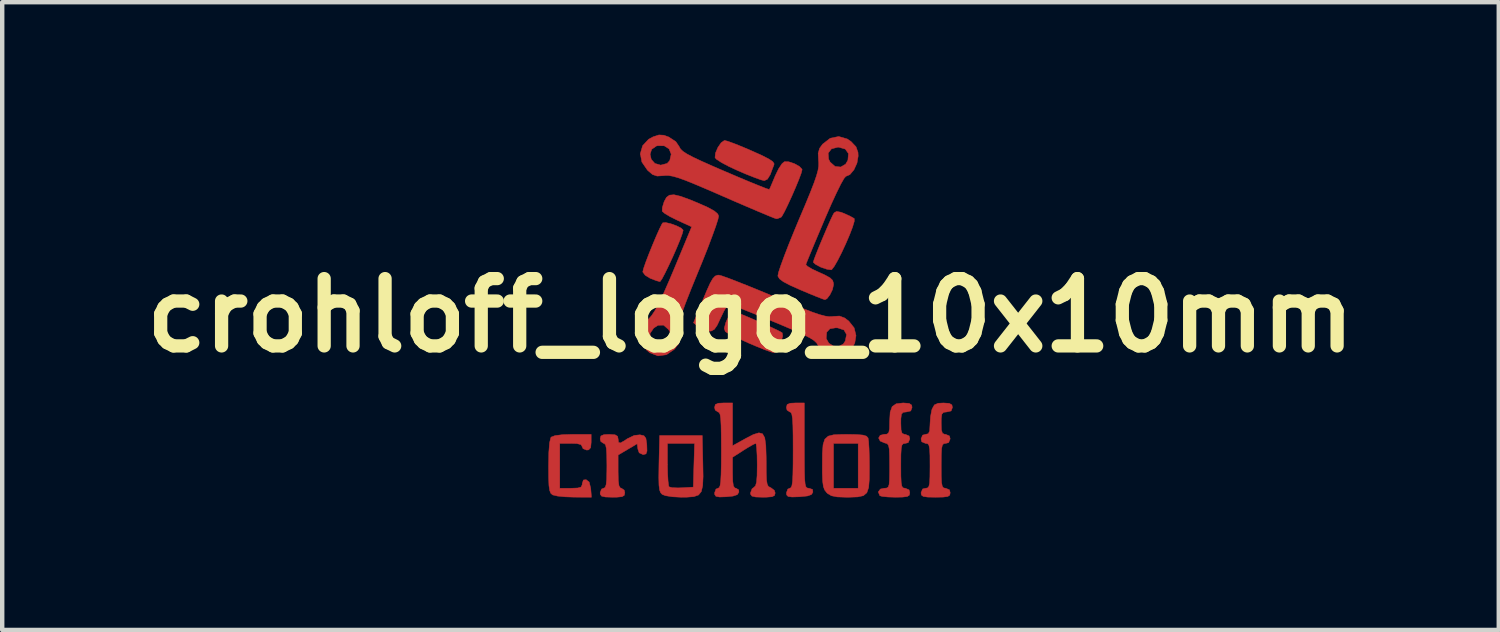
<source format=kicad_pcb>
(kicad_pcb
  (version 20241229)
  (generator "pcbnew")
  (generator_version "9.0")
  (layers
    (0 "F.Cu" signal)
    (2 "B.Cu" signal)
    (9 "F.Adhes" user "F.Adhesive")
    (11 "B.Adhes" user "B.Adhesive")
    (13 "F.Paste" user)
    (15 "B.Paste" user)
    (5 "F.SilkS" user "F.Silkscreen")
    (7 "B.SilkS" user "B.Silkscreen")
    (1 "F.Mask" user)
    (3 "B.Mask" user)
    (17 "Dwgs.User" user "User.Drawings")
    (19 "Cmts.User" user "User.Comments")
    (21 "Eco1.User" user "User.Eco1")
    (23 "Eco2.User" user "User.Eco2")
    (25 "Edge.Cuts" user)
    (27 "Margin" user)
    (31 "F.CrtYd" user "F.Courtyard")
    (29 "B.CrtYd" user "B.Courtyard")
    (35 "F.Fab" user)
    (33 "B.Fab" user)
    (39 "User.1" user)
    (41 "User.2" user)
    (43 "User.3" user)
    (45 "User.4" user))
  (footprint "crohloff_logo_10x10mm"
    (layer "F.Cu")
    (at 13.941 4.092)
    (property "Reference" "crohloff_logo_10x10mm" (at 0 0 0) (layer "F.SilkS") (effects (font (size 1.524 1.524) (thickness 0.3))))
    (attr through_hole)
    (fp_poly (pts (xy -0.51 -3.943) (xy -0.365 -3.89) (xy -0.171 -3.812) (xy 0.027 -3.727) (xy 0.265 -3.62) (xy 0.42 -3.54) (xy 0.506 -3.481) (xy 0.535 -3.434) (xy 0.531 -3.41) (xy 0.489 -3.301) (xy 0.447 -3.188) (xy 0.384 -3.086) (xy 0.313 -3.052) (xy 0.233 -3.072) (xy 0.085 -3.126) (xy -0.111 -3.204) (xy -0.279 -3.276) (xy -0.489 -3.373) (xy -0.659 -3.464) (xy -0.77 -3.536) (xy -0.803 -3.574) (xy -0.792 -3.679) (xy -0.738 -3.804) (xy -0.664 -3.911) (xy -0.591 -3.962) (xy -0.584 -3.962) (xy -0.51 -3.943)) (stroke (width 0.01) (type solid)) (fill yes) (layer "F.Cu"))
    (fp_poly (pts (xy -0.345 -0.082) (xy -0.211 -0.029) (xy -0.032 0.046) (xy 0.169 0.133) (xy 0.369 0.221) (xy 0.542 0.302) (xy 0.668 0.363) (xy 0.719 0.394) (xy 0.729 0.465) (xy 0.698 0.583) (xy 0.643 0.711) (xy 0.578 0.809) (xy 0.533 0.842) (xy 0.468 0.827) (xy 0.332 0.779) (xy 0.147 0.705) (xy -0.017 0.636) (xy -0.227 0.541) (xy -0.405 0.457) (xy -0.528 0.392) (xy -0.571 0.364) (xy -0.594 0.292) (xy -0.561 0.166) (xy -0.534 0.103) (xy -0.472 -0.02) (xy -0.423 -0.093) (xy -0.411 -0.102) (xy -0.345 -0.082)) (stroke (width 0.01) (type solid)) (fill yes) (layer "F.Cu"))
    (fp_poly (pts (xy -1.805 -2.077) (xy -1.675 -2.03) (xy -1.569 -1.977) (xy -1.524 -1.931) (xy -1.524 -1.931) (xy -1.544 -1.852) (xy -1.596 -1.71) (xy -1.671 -1.529) (xy -1.759 -1.328) (xy -1.851 -1.13) (xy -1.936 -0.956) (xy -2.004 -0.828) (xy -2.046 -0.768) (xy -2.051 -0.766) (xy -2.133 -0.788) (xy -2.258 -0.836) (xy -2.273 -0.842) (xy -2.383 -0.91) (xy -2.437 -0.982) (xy -2.438 -0.991) (xy -2.419 -1.068) (xy -2.369 -1.213) (xy -2.297 -1.4) (xy -2.214 -1.605) (xy -2.131 -1.802) (xy -2.057 -1.966) (xy -2.003 -2.074) (xy -1.986 -2.098) (xy -1.921 -2.104) (xy -1.805 -2.077)) (stroke (width 0.01) (type solid)) (fill yes) (layer "F.Cu"))
    (fp_poly (pts (xy 2.045 -2.338) (xy 2.126 -2.307) (xy 2.255 -2.248) (xy 2.341 -2.199) (xy 2.351 -2.191) (xy 2.349 -2.129) (xy 2.31 -1.999) (xy 2.243 -1.824) (xy 2.158 -1.626) (xy 2.065 -1.426) (xy 1.974 -1.247) (xy 1.895 -1.11) (xy 1.839 -1.038) (xy 1.827 -1.033) (xy 1.732 -1.046) (xy 1.601 -1.09) (xy 1.587 -1.096) (xy 1.478 -1.154) (xy 1.424 -1.201) (xy 1.422 -1.207) (xy 1.441 -1.271) (xy 1.492 -1.405) (xy 1.564 -1.584) (xy 1.648 -1.784) (xy 1.733 -1.983) (xy 1.809 -2.155) (xy 1.867 -2.277) (xy 1.893 -2.323) (xy 1.948 -2.355) (xy 2.045 -2.338)) (stroke (width 0.01) (type solid)) (fill yes) (layer "F.Cu"))
    (fp_poly (pts (xy -1.078 3.352) (xy -1.073 3.645) (xy -1.082 3.851) (xy -1.113 3.986) (xy -1.177 4.065) (xy -1.284 4.102) (xy -1.443 4.114) (xy -1.575 4.115) (xy -1.769 4.105) (xy -1.924 4.08) (xy -1.999 4.051) (xy -2.035 4.012) (xy -2.059 3.948) (xy -2.072 3.84) (xy -2.076 3.67) (xy -2.073 3.421) (xy -2.072 3.352) (xy -2.061 2.896) (xy -1.88 2.896) (xy -1.88 3.37) (xy -1.876 3.58) (xy -1.866 3.751) (xy -1.852 3.858) (xy -1.843 3.88) (xy -1.776 3.898) (xy -1.643 3.904) (xy -1.551 3.901) (xy -1.295 3.886) (xy -1.281 3.391) (xy -1.266 2.896) (xy -1.88 2.896) (xy -2.061 2.896) (xy -2.057 2.718) (xy -1.092 2.718) (xy -1.078 3.352)) (stroke (width 0.01) (type solid)) (fill yes) (layer "F.Cu"))
    (fp_poly (pts (xy 1.219 2.946) (xy 1.22 3.281) (xy 1.222 3.528) (xy 1.227 3.701) (xy 1.237 3.812) (xy 1.253 3.875) (xy 1.277 3.903) (xy 1.31 3.911) (xy 1.325 3.912) (xy 1.405 3.939) (xy 1.413 4) (xy 1.38 4.054) (xy 1.294 4.086) (xy 1.131 4.103) (xy 1.104 4.105) (xy 0.94 4.11) (xy 0.852 4.098) (xy 0.818 4.063) (xy 0.813 4.016) (xy 0.844 3.931) (xy 0.889 3.912) (xy 0.917 3.898) (xy 0.938 3.85) (xy 0.952 3.753) (xy 0.96 3.594) (xy 0.964 3.36) (xy 0.965 3.048) (xy 0.964 2.728) (xy 0.96 2.496) (xy 0.951 2.339) (xy 0.937 2.244) (xy 0.917 2.197) (xy 0.889 2.184) (xy 0.827 2.142) (xy 0.813 2.083) (xy 0.83 2.016) (xy 0.899 1.987) (xy 1.016 1.981) (xy 1.219 1.981) (xy 1.219 2.946)) (stroke (width 0.01) (type solid)) (fill yes) (layer "F.Cu"))
    (fp_poly (pts (xy 2.406 2.696) (xy 2.548 2.708) (xy 2.627 2.733) (xy 2.661 2.773) (xy 2.662 2.773) (xy 2.674 2.854) (xy 2.684 3.013) (xy 2.69 3.225) (xy 2.692 3.431) (xy 2.69 3.706) (xy 2.675 3.895) (xy 2.634 4.014) (xy 2.556 4.08) (xy 2.428 4.108) (xy 2.237 4.115) (xy 2.162 4.115) (xy 1.962 4.108) (xy 1.833 4.082) (xy 1.746 4.031) (xy 1.727 4.013) (xy 1.68 3.953) (xy 1.65 3.873) (xy 1.633 3.75) (xy 1.626 3.562) (xy 1.626 3.4) (xy 1.628 3.12) (xy 1.643 2.926) (xy 1.652 2.896) (xy 1.88 2.896) (xy 1.88 3.912) (xy 2.438 3.912) (xy 2.438 2.896) (xy 1.88 2.896) (xy 1.652 2.896) (xy 1.683 2.801) (xy 1.76 2.732) (xy 1.886 2.701) (xy 2.075 2.693) (xy 2.181 2.692) (xy 2.406 2.696)) (stroke (width 0.01) (type solid)) (fill yes) (layer "F.Cu"))
    (fp_poly (pts (xy -3.607 2.87) (xy -3.618 2.993) (xy -3.663 3.042) (xy -3.708 3.048) (xy -3.791 3.016) (xy -3.81 2.972) (xy -3.837 2.924) (xy -3.931 2.9) (xy -4.064 2.896) (xy -4.318 2.896) (xy -4.318 3.912) (xy -4.064 3.912) (xy -3.912 3.906) (xy -3.836 3.884) (xy -3.811 3.834) (xy -3.81 3.806) (xy -3.783 3.725) (xy -3.721 3.718) (xy -3.652 3.772) (xy -3.618 3.909) (xy -3.616 3.925) (xy -3.601 4.115) (xy -3.997 4.113) (xy -4.199 4.106) (xy -4.369 4.089) (xy -4.474 4.064) (xy -4.483 4.06) (xy -4.522 4.025) (xy -4.547 3.961) (xy -4.563 3.85) (xy -4.57 3.675) (xy -4.572 3.416) (xy -4.572 3.411) (xy -4.566 3.097) (xy -4.549 2.882) (xy -4.521 2.767) (xy -4.511 2.753) (xy -4.425 2.72) (xy -4.255 2.699) (xy -4.028 2.692) (xy -3.607 2.692) (xy -3.607 2.87)) (stroke (width 0.01) (type solid)) (fill yes) (layer "F.Cu"))
    (fp_poly (pts (xy -3.067 2.701) (xy -3.009 2.735) (xy -2.997 2.794) (xy -2.988 2.872) (xy -2.947 2.887) (xy -2.856 2.837) (xy -2.789 2.791) (xy -2.633 2.716) (xy -2.502 2.702) (xy -2.412 2.723) (xy -2.368 2.781) (xy -2.349 2.906) (xy -2.347 2.934) (xy -2.343 3.07) (xy -2.366 3.134) (xy -2.426 3.15) (xy -2.432 3.15) (xy -2.52 3.11) (xy -2.549 3.027) (xy -2.565 2.904) (xy -2.997 3.16) (xy -2.997 3.536) (xy -2.993 3.735) (xy -2.978 3.852) (xy -2.949 3.904) (xy -2.921 3.912) (xy -2.859 3.954) (xy -2.845 4.013) (xy -2.857 4.072) (xy -2.909 4.103) (xy -3.026 4.114) (xy -3.124 4.115) (xy -3.286 4.11) (xy -3.37 4.091) (xy -3.401 4.049) (xy -3.404 4.013) (xy -3.372 3.93) (xy -3.327 3.912) (xy -3.292 3.895) (xy -3.269 3.833) (xy -3.256 3.71) (xy -3.252 3.509) (xy -3.251 3.404) (xy -3.254 3.167) (xy -3.263 3.015) (xy -3.281 2.931) (xy -3.312 2.898) (xy -3.327 2.896) (xy -3.389 2.853) (xy -3.404 2.794) (xy -3.387 2.728) (xy -3.318 2.698) (xy -3.2 2.692) (xy -3.067 2.701)) (stroke (width 0.01) (type solid)) (fill yes) (layer "F.Cu"))
    (fp_poly (pts (xy -1.582 -2.698) (xy -1.366 -2.619) (xy -1.194 -2.548) (xy -0.964 -2.446) (xy -0.818 -2.365) (xy -0.741 -2.298) (xy -0.721 -2.251) (xy -0.736 -2.177) (xy -0.785 -2.023) (xy -0.864 -1.804) (xy -0.966 -1.533) (xy -1.088 -1.226) (xy -1.187 -0.985) (xy -1.348 -0.591) (xy -1.47 -0.281) (xy -1.555 -0.048) (xy -1.606 0.115) (xy -1.626 0.218) (xy -1.621 0.262) (xy -1.575 0.448) (xy -1.625 0.635) (xy -1.723 0.766) (xy -1.904 0.889) (xy -2.094 0.915) (xy -2.278 0.845) (xy -2.355 0.78) (xy -2.472 0.602) (xy -2.494 0.41) (xy -2.276 0.41) (xy -2.259 0.539) (xy -2.202 0.618) (xy -2.09 0.7) (xy -1.977 0.686) (xy -1.88 0.61) (xy -1.798 0.513) (xy -1.789 0.433) (xy -1.852 0.324) (xy -1.857 0.316) (xy -1.968 0.219) (xy -2.094 0.222) (xy -2.193 0.287) (xy -2.276 0.41) (xy -2.494 0.41) (xy -2.494 0.408) (xy -2.422 0.214) (xy -2.313 0.086) (xy -2.24 0.005) (xy -2.162 -0.112) (xy -2.073 -0.278) (xy -1.965 -0.505) (xy -1.833 -0.807) (xy -1.734 -1.041) (xy -1.332 -2.007) (xy -1.654 -2.155) (xy -1.818 -2.236) (xy -1.942 -2.31) (xy -1.999 -2.36) (xy -1.999 -2.361) (xy -1.996 -2.443) (xy -1.958 -2.567) (xy -1.953 -2.581) (xy -1.902 -2.674) (xy -1.834 -2.724) (xy -1.732 -2.733) (xy -1.582 -2.698)) (stroke (width 0.01) (type solid)) (fill yes) (layer "F.Cu"))
    (fp_poly (pts (xy 3.593 1.991) (xy 3.649 2.029) (xy 3.658 2.083) (xy 3.628 2.162) (xy 3.531 2.184) (xy 3.455 2.193) (xy 3.418 2.235) (xy 3.405 2.336) (xy 3.404 2.438) (xy 3.409 2.591) (xy 3.432 2.667) (xy 3.482 2.691) (xy 3.505 2.692) (xy 3.59 2.728) (xy 3.607 2.794) (xy 3.571 2.879) (xy 3.505 2.896) (xy 3.459 2.903) (xy 3.429 2.936) (xy 3.413 3.014) (xy 3.405 3.154) (xy 3.404 3.376) (xy 3.404 3.404) (xy 3.405 3.635) (xy 3.412 3.783) (xy 3.427 3.866) (xy 3.455 3.903) (xy 3.5 3.912) (xy 3.505 3.912) (xy 3.59 3.948) (xy 3.607 4.013) (xy 3.596 4.069) (xy 3.549 4.099) (xy 3.444 4.112) (xy 3.285 4.115) (xy 3.113 4.11) (xy 2.983 4.097) (xy 2.929 4.081) (xy 2.893 3.996) (xy 2.941 3.93) (xy 3.023 3.912) (xy 3.08 3.908) (xy 3.117 3.887) (xy 3.138 3.828) (xy 3.147 3.713) (xy 3.15 3.523) (xy 3.15 3.407) (xy 3.148 3.177) (xy 3.142 3.029) (xy 3.126 2.945) (xy 3.097 2.904) (xy 3.049 2.889) (xy 3.036 2.886) (xy 2.936 2.843) (xy 2.901 2.774) (xy 2.936 2.713) (xy 3.019 2.692) (xy 3.092 2.686) (xy 3.131 2.651) (xy 3.147 2.563) (xy 3.15 2.398) (xy 3.162 2.19) (xy 3.207 2.063) (xy 3.299 1.999) (xy 3.452 1.981) (xy 3.465 1.981) (xy 3.593 1.991)) (stroke (width 0.01) (type solid)) (fill yes) (layer "F.Cu"))
    (fp_poly (pts (xy 4.501 1.99) (xy 4.56 2.024) (xy 4.572 2.083) (xy 4.542 2.162) (xy 4.445 2.184) (xy 4.37 2.193) (xy 4.332 2.235) (xy 4.319 2.336) (xy 4.318 2.438) (xy 4.323 2.591) (xy 4.346 2.667) (xy 4.396 2.691) (xy 4.42 2.692) (xy 4.505 2.728) (xy 4.521 2.794) (xy 4.485 2.879) (xy 4.42 2.896) (xy 4.373 2.903) (xy 4.344 2.936) (xy 4.327 3.014) (xy 4.32 3.154) (xy 4.318 3.376) (xy 4.318 3.404) (xy 4.319 3.635) (xy 4.326 3.783) (xy 4.342 3.866) (xy 4.37 3.903) (xy 4.414 3.912) (xy 4.42 3.912) (xy 4.505 3.948) (xy 4.521 4.013) (xy 4.511 4.068) (xy 4.465 4.099) (xy 4.361 4.112) (xy 4.191 4.115) (xy 4.012 4.112) (xy 3.913 4.098) (xy 3.87 4.066) (xy 3.861 4.013) (xy 3.897 3.928) (xy 3.962 3.912) (xy 4.009 3.905) (xy 4.038 3.871) (xy 4.055 3.794) (xy 4.062 3.653) (xy 4.064 3.431) (xy 4.064 3.404) (xy 4.063 3.172) (xy 4.056 3.024) (xy 4.04 2.941) (xy 4.012 2.904) (xy 3.968 2.896) (xy 3.962 2.896) (xy 3.877 2.86) (xy 3.861 2.794) (xy 3.897 2.709) (xy 3.962 2.692) (xy 4.026 2.677) (xy 4.056 2.614) (xy 4.064 2.478) (xy 4.064 2.467) (xy 4.075 2.294) (xy 4.104 2.142) (xy 4.114 2.112) (xy 4.163 2.025) (xy 4.247 1.988) (xy 4.368 1.981) (xy 4.501 1.99)) (stroke (width 0.01) (type solid)) (fill yes) (layer "F.Cu"))
    (fp_poly (pts (xy -0.645 -0.895) (xy -0.496 -0.842) (xy -0.282 -0.759) (xy -0.015 -0.653) (xy 0.289 -0.529) (xy 0.523 -0.431) (xy 0.891 -0.278) (xy 1.179 -0.161) (xy 1.399 -0.076) (xy 1.563 -0.02) (xy 1.686 0.013) (xy 1.778 0.026) (xy 1.853 0.024) (xy 1.869 0.021) (xy 2.015 0.013) (xy 2.131 0.056) (xy 2.225 0.127) (xy 2.347 0.281) (xy 2.389 0.454) (xy 2.361 0.625) (xy 2.277 0.776) (xy 2.149 0.89) (xy 1.989 0.947) (xy 1.808 0.929) (xy 1.722 0.891) (xy 1.602 0.788) (xy 1.529 0.675) (xy 1.497 0.622) (xy 1.44 0.568) (xy 1.369 0.522) (xy 1.714 0.522) (xy 1.774 0.628) (xy 1.876 0.692) (xy 1.994 0.703) (xy 2.1 0.647) (xy 2.145 0.58) (xy 2.175 0.432) (xy 2.117 0.329) (xy 1.978 0.282) (xy 1.931 0.279) (xy 1.798 0.301) (xy 1.729 0.375) (xy 1.724 0.388) (xy 1.714 0.522) (xy 1.369 0.522) (xy 1.346 0.508) (xy 1.202 0.434) (xy 0.996 0.341) (xy 0.714 0.221) (xy 0.518 0.139) (xy 0.227 0.02) (xy -0.033 -0.085) (xy -0.248 -0.17) (xy -0.403 -0.228) (xy -0.482 -0.254) (xy -0.487 -0.254) (xy -0.534 -0.211) (xy -0.602 -0.098) (xy -0.674 0.051) (xy -0.753 0.22) (xy -0.818 0.314) (xy -0.885 0.351) (xy -0.93 0.356) (xy -1.063 0.324) (xy -1.173 0.261) (xy -1.29 0.166) (xy -1.095 -0.311) (xy -0.99 -0.561) (xy -0.913 -0.731) (xy -0.853 -0.836) (xy -0.8 -0.892) (xy -0.746 -0.912) (xy -0.714 -0.914) (xy -0.645 -0.895)) (stroke (width 0.01) (type solid)) (fill yes) (layer "F.Cu"))
    (fp_poly (pts (xy -0.406 2.95) (xy -0.108 2.785) (xy 0.066 2.695) (xy 0.191 2.657) (xy 0.273 2.679) (xy 0.323 2.77) (xy 0.347 2.941) (xy 0.355 3.2) (xy 0.356 3.313) (xy 0.357 3.558) (xy 0.363 3.721) (xy 0.378 3.818) (xy 0.403 3.869) (xy 0.444 3.893) (xy 0.457 3.897) (xy 0.54 3.959) (xy 0.559 4.019) (xy 0.545 4.075) (xy 0.487 4.104) (xy 0.362 4.114) (xy 0.279 4.115) (xy 0.117 4.11) (xy 0.033 4.09) (xy 0.002 4.048) (xy 0 4.019) (xy 0.035 3.924) (xy 0.076 3.893) (xy 0.113 3.858) (xy 0.137 3.774) (xy 0.149 3.625) (xy 0.152 3.393) (xy 0.152 3.38) (xy 0.149 3.172) (xy 0.14 3.009) (xy 0.128 2.912) (xy 0.119 2.896) (xy 0.061 2.921) (xy -0.054 2.987) (xy -0.161 3.053) (xy -0.406 3.211) (xy -0.406 3.561) (xy -0.402 3.751) (xy -0.387 3.859) (xy -0.355 3.905) (xy -0.326 3.912) (xy -0.266 3.949) (xy -0.263 4) (xy -0.299 4.057) (xy -0.394 4.089) (xy -0.547 4.105) (xy -0.702 4.11) (xy -0.782 4.095) (xy -0.81 4.054) (xy -0.813 4.016) (xy -0.782 3.931) (xy -0.737 3.912) (xy -0.708 3.898) (xy -0.688 3.85) (xy -0.674 3.753) (xy -0.666 3.594) (xy -0.661 3.36) (xy -0.66 3.048) (xy -0.662 2.728) (xy -0.666 2.496) (xy -0.674 2.339) (xy -0.688 2.244) (xy -0.709 2.197) (xy -0.737 2.184) (xy -0.799 2.142) (xy -0.813 2.083) (xy -0.796 2.016) (xy -0.727 1.987) (xy -0.61 1.981) (xy -0.406 1.981) (xy -0.406 2.95)) (stroke (width 0.01) (type solid)) (fill yes) (layer "F.Cu"))
    (fp_poly (pts (xy 2.191 -3.996) (xy 2.276 -3.938) (xy 2.389 -3.819) (xy 2.434 -3.693) (xy 2.438 -3.609) (xy 2.411 -3.449) (xy 2.342 -3.298) (xy 2.249 -3.188) (xy 2.16 -3.15) (xy 2.119 -3.104) (xy 2.045 -2.975) (xy 1.945 -2.772) (xy 1.823 -2.508) (xy 1.685 -2.191) (xy 1.677 -2.172) (xy 1.553 -1.878) (xy 1.442 -1.615) (xy 1.352 -1.398) (xy 1.288 -1.242) (xy 1.256 -1.161) (xy 1.253 -1.153) (xy 1.291 -1.112) (xy 1.397 -1.049) (xy 1.499 -1.001) (xy 1.688 -0.915) (xy 1.801 -0.852) (xy 1.858 -0.797) (xy 1.878 -0.735) (xy 1.88 -0.694) (xy 1.856 -0.585) (xy 1.798 -0.467) (xy 1.73 -0.379) (xy 1.686 -0.357) (xy 1.628 -0.376) (xy 1.497 -0.427) (xy 1.314 -0.502) (xy 1.143 -0.574) (xy 0.904 -0.68) (xy 0.747 -0.762) (xy 0.657 -0.829) (xy 0.621 -0.889) (xy 0.62 -0.897) (xy 0.634 -0.973) (xy 0.685 -1.127) (xy 0.765 -1.346) (xy 0.869 -1.615) (xy 0.993 -1.92) (xy 1.085 -2.141) (xy 1.238 -2.502) (xy 1.354 -2.784) (xy 1.438 -3) (xy 1.494 -3.162) (xy 1.528 -3.285) (xy 1.543 -3.381) (xy 1.544 -3.464) (xy 1.54 -3.509) (xy 1.532 -3.671) (xy 1.533 -3.675) (xy 1.759 -3.675) (xy 1.769 -3.54) (xy 1.803 -3.473) (xy 1.914 -3.375) (xy 2.042 -3.361) (xy 2.154 -3.426) (xy 2.205 -3.515) (xy 2.218 -3.665) (xy 2.146 -3.767) (xy 1.997 -3.81) (xy 1.977 -3.81) (xy 1.833 -3.772) (xy 1.759 -3.675) (xy 1.533 -3.675) (xy 1.564 -3.784) (xy 1.633 -3.879) (xy 1.805 -4.012) (xy 1.998 -4.052) (xy 2.191 -3.996)) (stroke (width 0.01) (type solid)) (fill yes) (layer "F.Cu"))
    (fp_poly (pts (xy -1.962 -4.081) (xy -1.85 -4.04) (xy -1.691 -3.936) (xy -1.615 -3.824) (xy -1.586 -3.771) (xy -1.533 -3.719) (xy -1.443 -3.659) (xy -1.304 -3.585) (xy -1.104 -3.491) (xy -0.832 -3.37) (xy -0.574 -3.259) (xy -0.281 -3.134) (xy -0.021 -3.025) (xy 0.191 -2.939) (xy 0.343 -2.879) (xy 0.42 -2.853) (xy 0.427 -2.852) (xy 0.452 -2.905) (xy 0.503 -3.025) (xy 0.56 -3.162) (xy 0.637 -3.321) (xy 0.715 -3.438) (xy 0.769 -3.482) (xy 0.867 -3.479) (xy 0.992 -3.438) (xy 1.105 -3.376) (xy 1.166 -3.312) (xy 1.168 -3.298) (xy 1.148 -3.221) (xy 1.095 -3.078) (xy 1.02 -2.896) (xy 0.934 -2.698) (xy 0.846 -2.507) (xy 0.769 -2.349) (xy 0.712 -2.247) (xy 0.692 -2.223) (xy 0.604 -2.19) (xy 0.584 -2.19) (xy 0.525 -2.21) (xy 0.387 -2.266) (xy 0.182 -2.352) (xy -0.076 -2.462) (xy -0.374 -2.59) (xy -0.61 -2.693) (xy -0.973 -2.851) (xy -1.256 -2.971) (xy -1.473 -3.059) (xy -1.636 -3.117) (xy -1.758 -3.152) (xy -1.852 -3.168) (xy -1.931 -3.168) (xy -1.966 -3.165) (xy -2.114 -3.156) (xy -2.218 -3.191) (xy -2.331 -3.288) (xy -2.334 -3.292) (xy -2.459 -3.474) (xy -2.492 -3.652) (xy -2.273 -3.652) (xy -2.247 -3.535) (xy -2.165 -3.442) (xy -2.035 -3.404) (xy -2.032 -3.404) (xy -1.887 -3.442) (xy -1.828 -3.507) (xy -1.795 -3.652) (xy -1.843 -3.771) (xy -1.953 -3.841) (xy -2.106 -3.843) (xy -2.131 -3.836) (xy -2.237 -3.762) (xy -2.273 -3.652) (xy -2.492 -3.652) (xy -2.494 -3.665) (xy -2.442 -3.844) (xy -2.307 -3.989) (xy -2.206 -4.044) (xy -2.073 -4.087) (xy -1.962 -4.081)) (stroke (width 0.01) (type solid)) (fill yes) (layer "F.Cu"))
    (fp_poly (pts (xy -0.51 -3.943) (xy -0.365 -3.89) (xy -0.171 -3.812) (xy 0.027 -3.727) (xy 0.265 -3.62) (xy 0.42 -3.54) (xy 0.506 -3.481) (xy 0.535 -3.434) (xy 0.531 -3.41) (xy 0.489 -3.301) (xy 0.447 -3.188) (xy 0.384 -3.086) (xy 0.313 -3.052) (xy 0.233 -3.072) (xy 0.085 -3.126) (xy -0.111 -3.204) (xy -0.279 -3.276) (xy -0.489 -3.373) (xy -0.659 -3.464) (xy -0.77 -3.536) (xy -0.803 -3.574) (xy -0.792 -3.679) (xy -0.738 -3.804) (xy -0.664 -3.911) (xy -0.591 -3.962) (xy -0.584 -3.962) (xy -0.51 -3.943)) (stroke (width 0.01) (type solid)) (fill yes) (layer "F.Mask"))
    (fp_poly (pts (xy -0.345 -0.082) (xy -0.211 -0.029) (xy -0.032 0.046) (xy 0.169 0.133) (xy 0.369 0.221) (xy 0.542 0.302) (xy 0.668 0.363) (xy 0.719 0.394) (xy 0.729 0.465) (xy 0.698 0.583) (xy 0.643 0.711) (xy 0.578 0.809) (xy 0.533 0.842) (xy 0.468 0.827) (xy 0.332 0.779) (xy 0.147 0.705) (xy -0.017 0.636) (xy -0.227 0.541) (xy -0.405 0.457) (xy -0.528 0.392) (xy -0.571 0.364) (xy -0.594 0.292) (xy -0.561 0.166) (xy -0.534 0.103) (xy -0.472 -0.02) (xy -0.423 -0.093) (xy -0.411 -0.102) (xy -0.345 -0.082)) (stroke (width 0.01) (type solid)) (fill yes) (layer "F.Mask"))
    (fp_poly (pts (xy -1.805 -2.077) (xy -1.675 -2.03) (xy -1.569 -1.977) (xy -1.524 -1.931) (xy -1.524 -1.931) (xy -1.544 -1.852) (xy -1.596 -1.71) (xy -1.671 -1.529) (xy -1.759 -1.328) (xy -1.851 -1.13) (xy -1.936 -0.956) (xy -2.004 -0.828) (xy -2.046 -0.768) (xy -2.051 -0.766) (xy -2.133 -0.788) (xy -2.258 -0.836) (xy -2.273 -0.842) (xy -2.383 -0.91) (xy -2.437 -0.982) (xy -2.438 -0.991) (xy -2.419 -1.068) (xy -2.369 -1.213) (xy -2.297 -1.4) (xy -2.214 -1.605) (xy -2.131 -1.802) (xy -2.057 -1.966) (xy -2.003 -2.074) (xy -1.986 -2.098) (xy -1.921 -2.104) (xy -1.805 -2.077)) (stroke (width 0.01) (type solid)) (fill yes) (layer "F.Mask"))
    (fp_poly (pts (xy 2.045 -2.338) (xy 2.126 -2.307) (xy 2.255 -2.248) (xy 2.341 -2.199) (xy 2.351 -2.191) (xy 2.349 -2.129) (xy 2.31 -1.999) (xy 2.243 -1.824) (xy 2.158 -1.626) (xy 2.065 -1.426) (xy 1.974 -1.247) (xy 1.895 -1.11) (xy 1.839 -1.038) (xy 1.827 -1.033) (xy 1.732 -1.046) (xy 1.601 -1.09) (xy 1.587 -1.096) (xy 1.478 -1.154) (xy 1.424 -1.201) (xy 1.422 -1.207) (xy 1.441 -1.271) (xy 1.492 -1.405) (xy 1.564 -1.584) (xy 1.648 -1.784) (xy 1.733 -1.983) (xy 1.809 -2.155) (xy 1.867 -2.277) (xy 1.893 -2.323) (xy 1.948 -2.355) (xy 2.045 -2.338)) (stroke (width 0.01) (type solid)) (fill yes) (layer "F.Mask"))
    (fp_poly (pts (xy -1.078 3.352) (xy -1.073 3.645) (xy -1.082 3.851) (xy -1.113 3.986) (xy -1.177 4.065) (xy -1.284 4.102) (xy -1.443 4.114) (xy -1.575 4.115) (xy -1.769 4.105) (xy -1.924 4.08) (xy -1.999 4.051) (xy -2.035 4.012) (xy -2.059 3.948) (xy -2.072 3.84) (xy -2.076 3.67) (xy -2.073 3.421) (xy -2.072 3.352) (xy -2.061 2.896) (xy -1.88 2.896) (xy -1.88 3.37) (xy -1.876 3.58) (xy -1.866 3.751) (xy -1.852 3.858) (xy -1.843 3.88) (xy -1.776 3.898) (xy -1.643 3.904) (xy -1.551 3.901) (xy -1.295 3.886) (xy -1.281 3.391) (xy -1.266 2.896) (xy -1.88 2.896) (xy -2.061 2.896) (xy -2.057 2.718) (xy -1.092 2.718) (xy -1.078 3.352)) (stroke (width 0.01) (type solid)) (fill yes) (layer "F.Mask"))
    (fp_poly (pts (xy 1.219 2.946) (xy 1.22 3.281) (xy 1.222 3.528) (xy 1.227 3.701) (xy 1.237 3.812) (xy 1.253 3.875) (xy 1.277 3.903) (xy 1.31 3.911) (xy 1.325 3.912) (xy 1.405 3.939) (xy 1.413 4) (xy 1.38 4.054) (xy 1.294 4.086) (xy 1.131 4.103) (xy 1.104 4.105) (xy 0.94 4.11) (xy 0.852 4.098) (xy 0.818 4.063) (xy 0.813 4.016) (xy 0.844 3.931) (xy 0.889 3.912) (xy 0.917 3.898) (xy 0.938 3.85) (xy 0.952 3.753) (xy 0.96 3.594) (xy 0.964 3.36) (xy 0.965 3.048) (xy 0.964 2.728) (xy 0.96 2.496) (xy 0.951 2.339) (xy 0.937 2.244) (xy 0.917 2.197) (xy 0.889 2.184) (xy 0.827 2.142) (xy 0.813 2.083) (xy 0.83 2.016) (xy 0.899 1.987) (xy 1.016 1.981) (xy 1.219 1.981) (xy 1.219 2.946)) (stroke (width 0.01) (type solid)) (fill yes) (layer "F.Mask"))
    (fp_poly (pts (xy 2.406 2.696) (xy 2.548 2.708) (xy 2.627 2.733) (xy 2.661 2.773) (xy 2.662 2.773) (xy 2.674 2.854) (xy 2.684 3.013) (xy 2.69 3.225) (xy 2.692 3.431) (xy 2.69 3.706) (xy 2.675 3.895) (xy 2.634 4.014) (xy 2.556 4.08) (xy 2.428 4.108) (xy 2.237 4.115) (xy 2.162 4.115) (xy 1.962 4.108) (xy 1.833 4.082) (xy 1.746 4.031) (xy 1.727 4.013) (xy 1.68 3.953) (xy 1.65 3.873) (xy 1.633 3.75) (xy 1.626 3.562) (xy 1.626 3.4) (xy 1.628 3.12) (xy 1.643 2.926) (xy 1.652 2.896) (xy 1.88 2.896) (xy 1.88 3.912) (xy 2.438 3.912) (xy 2.438 2.896) (xy 1.88 2.896) (xy 1.652 2.896) (xy 1.683 2.801) (xy 1.76 2.732) (xy 1.886 2.701) (xy 2.075 2.693) (xy 2.181 2.692) (xy 2.406 2.696)) (stroke (width 0.01) (type solid)) (fill yes) (layer "F.Mask"))
    (fp_poly (pts (xy -3.607 2.87) (xy -3.618 2.993) (xy -3.663 3.042) (xy -3.708 3.048) (xy -3.791 3.016) (xy -3.81 2.972) (xy -3.837 2.924) (xy -3.931 2.9) (xy -4.064 2.896) (xy -4.318 2.896) (xy -4.318 3.912) (xy -4.064 3.912) (xy -3.912 3.906) (xy -3.836 3.884) (xy -3.811 3.834) (xy -3.81 3.806) (xy -3.783 3.725) (xy -3.721 3.718) (xy -3.652 3.772) (xy -3.618 3.909) (xy -3.616 3.925) (xy -3.601 4.115) (xy -3.997 4.113) (xy -4.199 4.106) (xy -4.369 4.089) (xy -4.474 4.064) (xy -4.483 4.06) (xy -4.522 4.025) (xy -4.547 3.961) (xy -4.563 3.85) (xy -4.57 3.675) (xy -4.572 3.416) (xy -4.572 3.411) (xy -4.566 3.097) (xy -4.549 2.882) (xy -4.521 2.767) (xy -4.511 2.753) (xy -4.425 2.72) (xy -4.255 2.699) (xy -4.028 2.692) (xy -3.607 2.692) (xy -3.607 2.87)) (stroke (width 0.01) (type solid)) (fill yes) (layer "F.Mask"))
    (fp_poly (pts (xy -3.067 2.701) (xy -3.009 2.735) (xy -2.997 2.794) (xy -2.988 2.872) (xy -2.947 2.887) (xy -2.856 2.837) (xy -2.789 2.791) (xy -2.633 2.716) (xy -2.502 2.702) (xy -2.412 2.723) (xy -2.368 2.781) (xy -2.349 2.906) (xy -2.347 2.934) (xy -2.343 3.07) (xy -2.366 3.134) (xy -2.426 3.15) (xy -2.432 3.15) (xy -2.52 3.11) (xy -2.549 3.027) (xy -2.565 2.904) (xy -2.997 3.16) (xy -2.997 3.536) (xy -2.993 3.735) (xy -2.978 3.852) (xy -2.949 3.904) (xy -2.921 3.912) (xy -2.859 3.954) (xy -2.845 4.013) (xy -2.857 4.072) (xy -2.909 4.103) (xy -3.026 4.114) (xy -3.124 4.115) (xy -3.286 4.11) (xy -3.37 4.091) (xy -3.401 4.049) (xy -3.404 4.013) (xy -3.372 3.93) (xy -3.327 3.912) (xy -3.292 3.895) (xy -3.269 3.833) (xy -3.256 3.71) (xy -3.252 3.509) (xy -3.251 3.404) (xy -3.254 3.167) (xy -3.263 3.015) (xy -3.281 2.931) (xy -3.312 2.898) (xy -3.327 2.896) (xy -3.389 2.853) (xy -3.404 2.794) (xy -3.387 2.728) (xy -3.318 2.698) (xy -3.2 2.692) (xy -3.067 2.701)) (stroke (width 0.01) (type solid)) (fill yes) (layer "F.Mask"))
    (fp_poly (pts (xy -1.582 -2.698) (xy -1.366 -2.619) (xy -1.194 -2.548) (xy -0.964 -2.446) (xy -0.818 -2.365) (xy -0.741 -2.298) (xy -0.721 -2.251) (xy -0.736 -2.177) (xy -0.785 -2.023) (xy -0.864 -1.804) (xy -0.966 -1.533) (xy -1.088 -1.226) (xy -1.187 -0.985) (xy -1.348 -0.591) (xy -1.47 -0.281) (xy -1.555 -0.048) (xy -1.606 0.115) (xy -1.626 0.218) (xy -1.621 0.262) (xy -1.575 0.448) (xy -1.625 0.635) (xy -1.723 0.766) (xy -1.904 0.889) (xy -2.094 0.915) (xy -2.278 0.845) (xy -2.355 0.78) (xy -2.472 0.602) (xy -2.494 0.41) (xy -2.276 0.41) (xy -2.259 0.539) (xy -2.202 0.618) (xy -2.09 0.7) (xy -1.977 0.686) (xy -1.88 0.61) (xy -1.798 0.513) (xy -1.789 0.433) (xy -1.852 0.324) (xy -1.857 0.316) (xy -1.968 0.219) (xy -2.094 0.222) (xy -2.193 0.287) (xy -2.276 0.41) (xy -2.494 0.41) (xy -2.494 0.408) (xy -2.422 0.214) (xy -2.313 0.086) (xy -2.24 0.005) (xy -2.162 -0.112) (xy -2.073 -0.278) (xy -1.965 -0.505) (xy -1.833 -0.807) (xy -1.734 -1.041) (xy -1.332 -2.007) (xy -1.654 -2.155) (xy -1.818 -2.236) (xy -1.942 -2.31) (xy -1.999 -2.36) (xy -1.999 -2.361) (xy -1.996 -2.443) (xy -1.958 -2.567) (xy -1.953 -2.581) (xy -1.902 -2.674) (xy -1.834 -2.724) (xy -1.732 -2.733) (xy -1.582 -2.698)) (stroke (width 0.01) (type solid)) (fill yes) (layer "F.Mask"))
    (fp_poly (pts (xy 3.593 1.991) (xy 3.649 2.029) (xy 3.658 2.083) (xy 3.628 2.162) (xy 3.531 2.184) (xy 3.455 2.193) (xy 3.418 2.235) (xy 3.405 2.336) (xy 3.404 2.438) (xy 3.409 2.591) (xy 3.432 2.667) (xy 3.482 2.691) (xy 3.505 2.692) (xy 3.59 2.728) (xy 3.607 2.794) (xy 3.571 2.879) (xy 3.505 2.896) (xy 3.459 2.903) (xy 3.429 2.936) (xy 3.413 3.014) (xy 3.405 3.154) (xy 3.404 3.376) (xy 3.404 3.404) (xy 3.405 3.635) (xy 3.412 3.783) (xy 3.427 3.866) (xy 3.455 3.903) (xy 3.5 3.912) (xy 3.505 3.912) (xy 3.59 3.948) (xy 3.607 4.013) (xy 3.596 4.069) (xy 3.549 4.099) (xy 3.444 4.112) (xy 3.285 4.115) (xy 3.113 4.11) (xy 2.983 4.097) (xy 2.929 4.081) (xy 2.893 3.996) (xy 2.941 3.93) (xy 3.023 3.912) (xy 3.08 3.908) (xy 3.117 3.887) (xy 3.138 3.828) (xy 3.147 3.713) (xy 3.15 3.523) (xy 3.15 3.407) (xy 3.148 3.177) (xy 3.142 3.029) (xy 3.126 2.945) (xy 3.097 2.904) (xy 3.049 2.889) (xy 3.036 2.886) (xy 2.936 2.843) (xy 2.901 2.774) (xy 2.936 2.713) (xy 3.019 2.692) (xy 3.092 2.686) (xy 3.131 2.651) (xy 3.147 2.563) (xy 3.15 2.398) (xy 3.162 2.19) (xy 3.207 2.063) (xy 3.299 1.999) (xy 3.452 1.981) (xy 3.465 1.981) (xy 3.593 1.991)) (stroke (width 0.01) (type solid)) (fill yes) (layer "F.Mask"))
    (fp_poly (pts (xy 4.501 1.99) (xy 4.56 2.024) (xy 4.572 2.083) (xy 4.542 2.162) (xy 4.445 2.184) (xy 4.37 2.193) (xy 4.332 2.235) (xy 4.319 2.336) (xy 4.318 2.438) (xy 4.323 2.591) (xy 4.346 2.667) (xy 4.396 2.691) (xy 4.42 2.692) (xy 4.505 2.728) (xy 4.521 2.794) (xy 4.485 2.879) (xy 4.42 2.896) (xy 4.373 2.903) (xy 4.344 2.936) (xy 4.327 3.014) (xy 4.32 3.154) (xy 4.318 3.376) (xy 4.318 3.404) (xy 4.319 3.635) (xy 4.326 3.783) (xy 4.342 3.866) (xy 4.37 3.903) (xy 4.414 3.912) (xy 4.42 3.912) (xy 4.505 3.948) (xy 4.521 4.013) (xy 4.511 4.068) (xy 4.465 4.099) (xy 4.361 4.112) (xy 4.191 4.115) (xy 4.012 4.112) (xy 3.913 4.098) (xy 3.87 4.066) (xy 3.861 4.013) (xy 3.897 3.928) (xy 3.962 3.912) (xy 4.009 3.905) (xy 4.038 3.871) (xy 4.055 3.794) (xy 4.062 3.653) (xy 4.064 3.431) (xy 4.064 3.404) (xy 4.063 3.172) (xy 4.056 3.024) (xy 4.04 2.941) (xy 4.012 2.904) (xy 3.968 2.896) (xy 3.962 2.896) (xy 3.877 2.86) (xy 3.861 2.794) (xy 3.897 2.709) (xy 3.962 2.692) (xy 4.026 2.677) (xy 4.056 2.614) (xy 4.064 2.478) (xy 4.064 2.467) (xy 4.075 2.294) (xy 4.104 2.142) (xy 4.114 2.112) (xy 4.163 2.025) (xy 4.247 1.988) (xy 4.368 1.981) (xy 4.501 1.99)) (stroke (width 0.01) (type solid)) (fill yes) (layer "F.Mask"))
    (fp_poly (pts (xy -0.645 -0.895) (xy -0.496 -0.842) (xy -0.282 -0.759) (xy -0.015 -0.653) (xy 0.289 -0.529) (xy 0.523 -0.431) (xy 0.891 -0.278) (xy 1.179 -0.161) (xy 1.399 -0.076) (xy 1.563 -0.02) (xy 1.686 0.013) (xy 1.778 0.026) (xy 1.853 0.024) (xy 1.869 0.021) (xy 2.015 0.013) (xy 2.131 0.056) (xy 2.225 0.127) (xy 2.347 0.281) (xy 2.389 0.454) (xy 2.361 0.625) (xy 2.277 0.776) (xy 2.149 0.89) (xy 1.989 0.947) (xy 1.808 0.929) (xy 1.722 0.891) (xy 1.602 0.788) (xy 1.529 0.675) (xy 1.497 0.622) (xy 1.44 0.568) (xy 1.369 0.522) (xy 1.714 0.522) (xy 1.774 0.628) (xy 1.876 0.692) (xy 1.994 0.703) (xy 2.1 0.647) (xy 2.145 0.58) (xy 2.175 0.432) (xy 2.117 0.329) (xy 1.978 0.282) (xy 1.931 0.279) (xy 1.798 0.301) (xy 1.729 0.375) (xy 1.724 0.388) (xy 1.714 0.522) (xy 1.369 0.522) (xy 1.346 0.508) (xy 1.202 0.434) (xy 0.996 0.341) (xy 0.714 0.221) (xy 0.518 0.139) (xy 0.227 0.02) (xy -0.033 -0.085) (xy -0.248 -0.17) (xy -0.403 -0.228) (xy -0.482 -0.254) (xy -0.487 -0.254) (xy -0.534 -0.211) (xy -0.602 -0.098) (xy -0.674 0.051) (xy -0.753 0.22) (xy -0.818 0.314) (xy -0.885 0.351) (xy -0.93 0.356) (xy -1.063 0.324) (xy -1.173 0.261) (xy -1.29 0.166) (xy -1.095 -0.311) (xy -0.99 -0.561) (xy -0.913 -0.731) (xy -0.853 -0.836) (xy -0.8 -0.892) (xy -0.746 -0.912) (xy -0.714 -0.914) (xy -0.645 -0.895)) (stroke (width 0.01) (type solid)) (fill yes) (layer "F.Mask"))
    (fp_poly (pts (xy -0.406 2.95) (xy -0.108 2.785) (xy 0.066 2.695) (xy 0.191 2.657) (xy 0.273 2.679) (xy 0.323 2.77) (xy 0.347 2.941) (xy 0.355 3.2) (xy 0.356 3.313) (xy 0.357 3.558) (xy 0.363 3.721) (xy 0.378 3.818) (xy 0.403 3.869) (xy 0.444 3.893) (xy 0.457 3.897) (xy 0.54 3.959) (xy 0.559 4.019) (xy 0.545 4.075) (xy 0.487 4.104) (xy 0.362 4.114) (xy 0.279 4.115) (xy 0.117 4.11) (xy 0.033 4.09) (xy 0.002 4.048) (xy 0 4.019) (xy 0.035 3.924) (xy 0.076 3.893) (xy 0.113 3.858) (xy 0.137 3.774) (xy 0.149 3.625) (xy 0.152 3.393) (xy 0.152 3.38) (xy 0.149 3.172) (xy 0.14 3.009) (xy 0.128 2.912) (xy 0.119 2.896) (xy 0.061 2.921) (xy -0.054 2.987) (xy -0.161 3.053) (xy -0.406 3.211) (xy -0.406 3.561) (xy -0.402 3.751) (xy -0.387 3.859) (xy -0.355 3.905) (xy -0.326 3.912) (xy -0.266 3.949) (xy -0.263 4) (xy -0.299 4.057) (xy -0.394 4.089) (xy -0.547 4.105) (xy -0.702 4.11) (xy -0.782 4.095) (xy -0.81 4.054) (xy -0.813 4.016) (xy -0.782 3.931) (xy -0.737 3.912) (xy -0.708 3.898) (xy -0.688 3.85) (xy -0.674 3.753) (xy -0.666 3.594) (xy -0.661 3.36) (xy -0.66 3.048) (xy -0.662 2.728) (xy -0.666 2.496) (xy -0.674 2.339) (xy -0.688 2.244) (xy -0.709 2.197) (xy -0.737 2.184) (xy -0.799 2.142) (xy -0.813 2.083) (xy -0.796 2.016) (xy -0.727 1.987) (xy -0.61 1.981) (xy -0.406 1.981) (xy -0.406 2.95)) (stroke (width 0.01) (type solid)) (fill yes) (layer "F.Mask"))
    (fp_poly (pts (xy 2.191 -3.996) (xy 2.276 -3.938) (xy 2.389 -3.819) (xy 2.434 -3.693) (xy 2.438 -3.609) (xy 2.411 -3.449) (xy 2.342 -3.298) (xy 2.249 -3.188) (xy 2.16 -3.15) (xy 2.119 -3.104) (xy 2.045 -2.975) (xy 1.945 -2.772) (xy 1.823 -2.508) (xy 1.685 -2.191) (xy 1.677 -2.172) (xy 1.553 -1.878) (xy 1.442 -1.615) (xy 1.352 -1.398) (xy 1.288 -1.242) (xy 1.256 -1.161) (xy 1.253 -1.153) (xy 1.291 -1.112) (xy 1.397 -1.049) (xy 1.499 -1.001) (xy 1.688 -0.915) (xy 1.801 -0.852) (xy 1.858 -0.797) (xy 1.878 -0.735) (xy 1.88 -0.694) (xy 1.856 -0.585) (xy 1.798 -0.467) (xy 1.73 -0.379) (xy 1.686 -0.357) (xy 1.628 -0.376) (xy 1.497 -0.427) (xy 1.314 -0.502) (xy 1.143 -0.574) (xy 0.904 -0.68) (xy 0.747 -0.762) (xy 0.657 -0.829) (xy 0.621 -0.889) (xy 0.62 -0.897) (xy 0.634 -0.973) (xy 0.685 -1.127) (xy 0.765 -1.346) (xy 0.869 -1.615) (xy 0.993 -1.92) (xy 1.085 -2.141) (xy 1.238 -2.502) (xy 1.354 -2.784) (xy 1.438 -3) (xy 1.494 -3.162) (xy 1.528 -3.285) (xy 1.543 -3.381) (xy 1.544 -3.464) (xy 1.54 -3.509) (xy 1.532 -3.671) (xy 1.533 -3.675) (xy 1.759 -3.675) (xy 1.769 -3.54) (xy 1.803 -3.473) (xy 1.914 -3.375) (xy 2.042 -3.361) (xy 2.154 -3.426) (xy 2.205 -3.515) (xy 2.218 -3.665) (xy 2.146 -3.767) (xy 1.997 -3.81) (xy 1.977 -3.81) (xy 1.833 -3.772) (xy 1.759 -3.675) (xy 1.533 -3.675) (xy 1.564 -3.784) (xy 1.633 -3.879) (xy 1.805 -4.012) (xy 1.998 -4.052) (xy 2.191 -3.996)) (stroke (width 0.01) (type solid)) (fill yes) (layer "F.Mask"))
    (fp_poly (pts (xy -1.962 -4.081) (xy -1.85 -4.04) (xy -1.691 -3.936) (xy -1.615 -3.824) (xy -1.586 -3.771) (xy -1.533 -3.719) (xy -1.443 -3.659) (xy -1.304 -3.585) (xy -1.104 -3.491) (xy -0.832 -3.37) (xy -0.574 -3.259) (xy -0.281 -3.134) (xy -0.021 -3.025) (xy 0.191 -2.939) (xy 0.343 -2.879) (xy 0.42 -2.853) (xy 0.427 -2.852) (xy 0.452 -2.905) (xy 0.503 -3.025) (xy 0.56 -3.162) (xy 0.637 -3.321) (xy 0.715 -3.438) (xy 0.769 -3.482) (xy 0.867 -3.479) (xy 0.992 -3.438) (xy 1.105 -3.376) (xy 1.166 -3.312) (xy 1.168 -3.298) (xy 1.148 -3.221) (xy 1.095 -3.078) (xy 1.02 -2.896) (xy 0.934 -2.698) (xy 0.846 -2.507) (xy 0.769 -2.349) (xy 0.712 -2.247) (xy 0.692 -2.223) (xy 0.604 -2.19) (xy 0.584 -2.19) (xy 0.525 -2.21) (xy 0.387 -2.266) (xy 0.182 -2.352) (xy -0.076 -2.462) (xy -0.374 -2.59) (xy -0.61 -2.693) (xy -0.973 -2.851) (xy -1.256 -2.971) (xy -1.473 -3.059) (xy -1.636 -3.117) (xy -1.758 -3.152) (xy -1.852 -3.168) (xy -1.931 -3.168) (xy -1.966 -3.165) (xy -2.114 -3.156) (xy -2.218 -3.191) (xy -2.331 -3.288) (xy -2.334 -3.292) (xy -2.459 -3.474) (xy -2.492 -3.652) (xy -2.273 -3.652) (xy -2.247 -3.535) (xy -2.165 -3.442) (xy -2.035 -3.404) (xy -2.032 -3.404) (xy -1.887 -3.442) (xy -1.828 -3.507) (xy -1.795 -3.652) (xy -1.843 -3.771) (xy -1.953 -3.841) (xy -2.106 -3.843) (xy -2.131 -3.836) (xy -2.237 -3.762) (xy -2.273 -3.652) (xy -2.492 -3.652) (xy -2.494 -3.665) (xy -2.442 -3.844) (xy -2.307 -3.989) (xy -2.206 -4.044) (xy -2.073 -4.087) (xy -1.962 -4.081)) (stroke (width 0.01) (type solid)) (fill yes) (layer "F.Mask")))
  (gr_rect
    (start -3 -3)
    (end 30.882 11.212)
    (stroke (width 0.1) (type default))
    (fill no)
    (layer "Edge.Cuts")))
</source>
